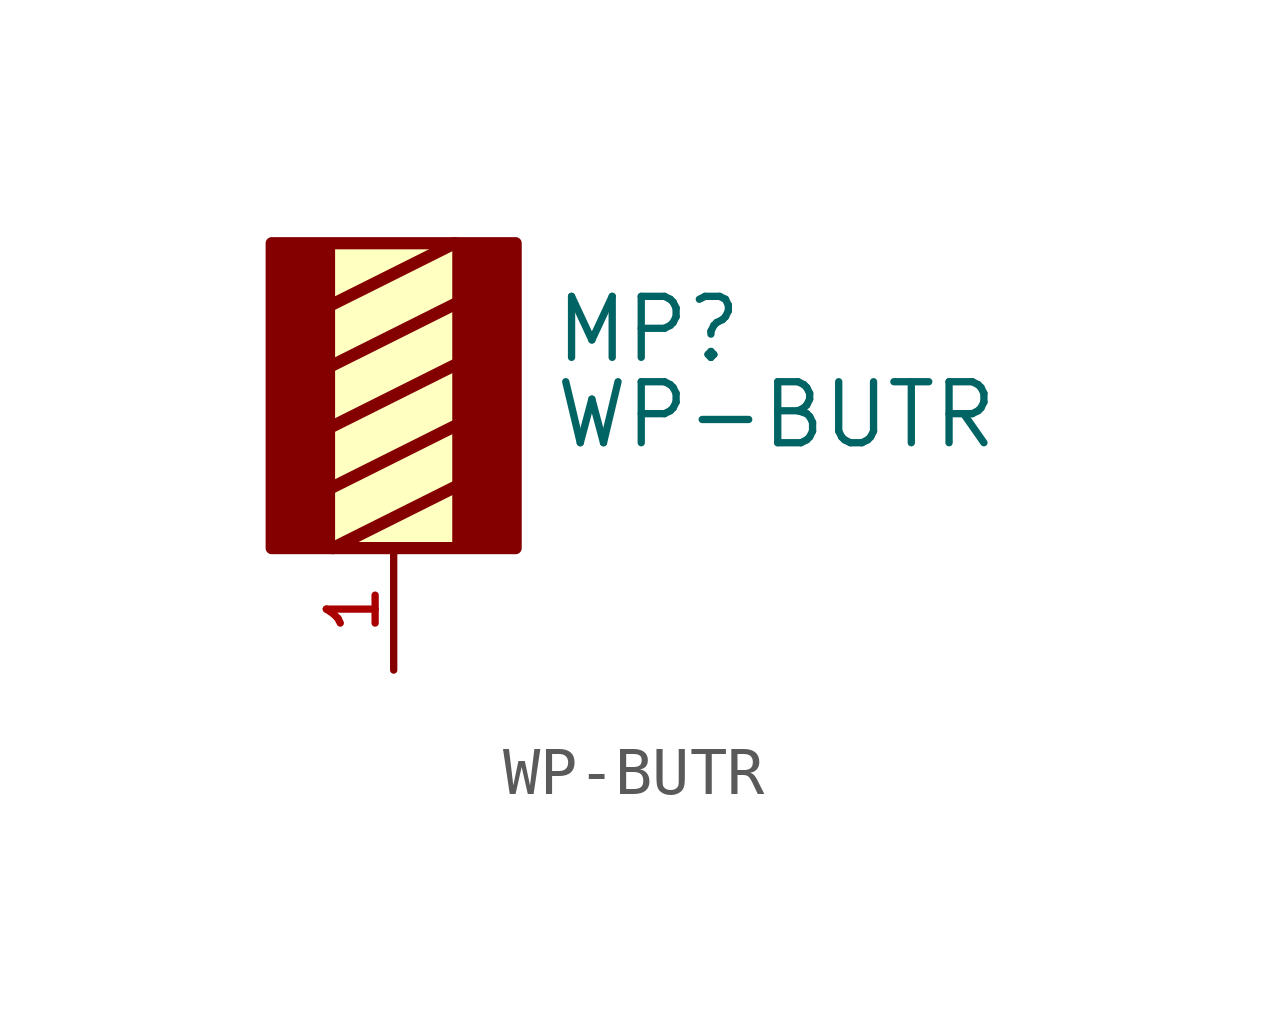
<source format=kicad_sym>
(kicad_symbol_lib
  (version 20211014)
  (generator kicad_symbol_editor)
  (symbol "WP-BUTR"
    (pin_names
      (offset 1.016))
    (property "Reference" "MP"
      (at 3.302 1.27 0)
      (effects (font (size 1.27 1.27)) (justify bottom left)))
    (property "Value" "WP-BUTR"
      (at 3.302 -0.508 0)
      (effects (font (size 1.27 1.27)) (justify bottom left)))
    (symbol "WP-BUTR_0_0"
      (rectangle (start -2.54 -2.54) (end -1.27 3.81) (stroke (width 0.1)) (fill (type outline)))
      (rectangle (start 1.27 -2.54) (end 2.54 3.81) (stroke (width 0.1)) (fill (type outline)))
      (polyline (pts (xy 1.27 2.54) (xy -1.27 1.27)) (stroke (width 0.254)))
      (polyline (pts (xy 1.27 1.27) (xy -1.27 0.0)) (stroke (width 0.254)))
      (polyline (pts (xy 1.27 0.0) (xy -1.27 -1.27)) (stroke (width 0.254)))
      (polyline (pts (xy 1.27 -1.27) (xy -1.27 -2.54)) (stroke (width 0.254)))
      (polyline (pts (xy -1.27 2.54) (xy 1.27 3.81)) (stroke (width 0.254)))
      (rectangle (start -2.54 -2.54) (end 2.54 3.81) (stroke (width 0.254)) (fill (type background)))
      (pin passive line (at 0.0 -5.08 90.0) (length 2.54) (name "~" (effects (font (size 1.016 1.016)))) (number "1" (effects (font (size 1.016 1.016)))))
      (pin passive line (at 0.0 -5.08 90.0) (length 2.54) hide (name "~" (effects (font (size 1.016 1.016)))) (number "2" (effects (font (size 1.016 1.016)))))
      (pin passive line (at 0.0 -5.08 90.0) (length 2.54) hide (name "~" (effects (font (size 1.016 1.016)))) (number "3" (effects (font (size 1.016 1.016)))))
      (pin passive line (at 0.0 -5.08 90.0) (length 2.54) hide (name "~" (effects (font (size 1.016 1.016)))) (number "4" (effects (font (size 1.016 1.016)))))
      (pin passive line (at 0.0 -5.08 90.0) (length 2.54) hide (name "~" (effects (font (size 1.016 1.016)))) (number "5" (effects (font (size 1.016 1.016)))))
      (pin passive line (at 0.0 -5.08 90.0) (length 2.54) hide (name "~" (effects (font (size 1.016 1.016)))) (number "6" (effects (font (size 1.016 1.016)))))
      (pin passive line (at 0.0 -5.08 90.0) (length 2.54) hide (name "~" (effects (font (size 1.016 1.016)))) (number "7" (effects (font (size 1.016 1.016)))))
      (pin passive line (at 0.0 -5.08 90.0) (length 2.54) hide (name "~" (effects (font (size 1.016 1.016)))) (number "8" (effects (font (size 1.016 1.016))))))))
</source>
